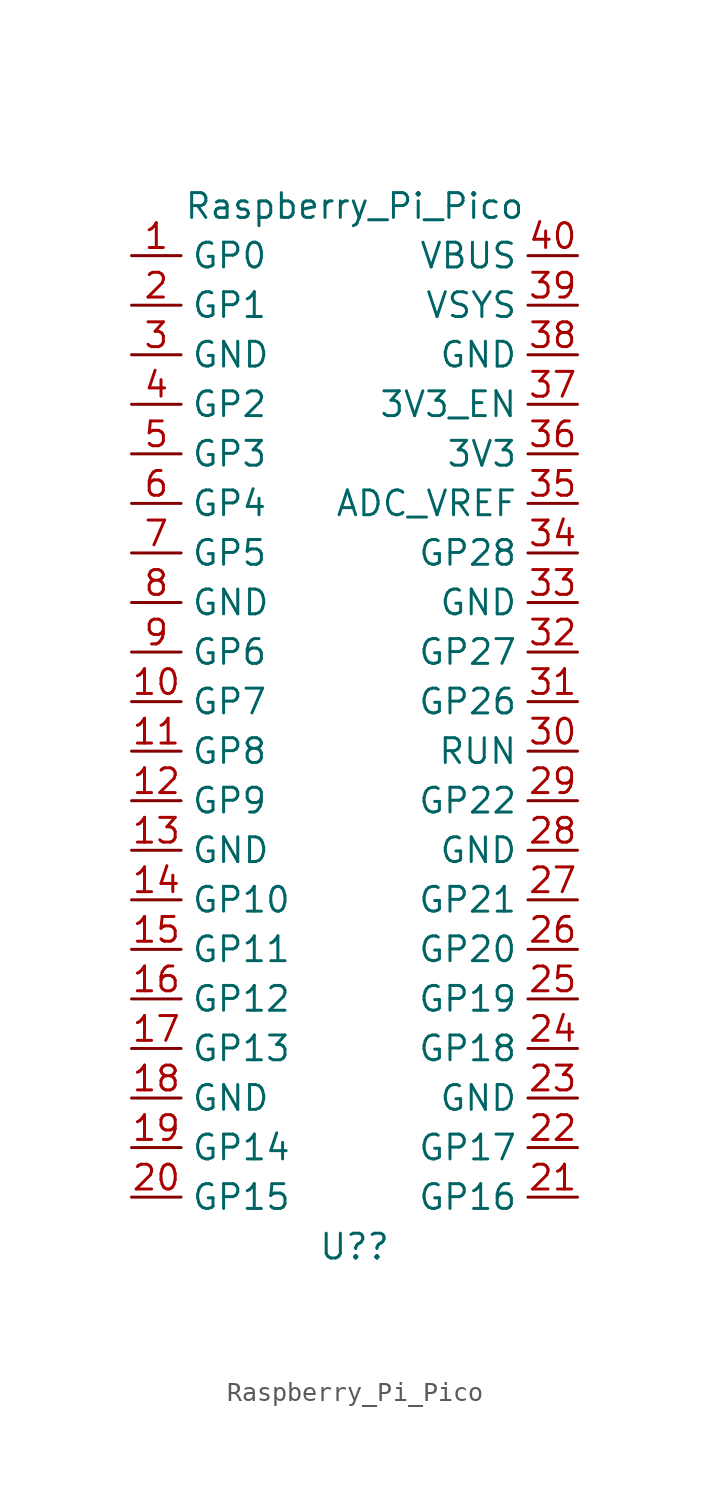
<source format=kicad_sym>
(kicad_symbol_lib
  (version 20211014)
  (generator kicad_symbol_editor)
  (symbol "Raspberry_Pi_Pico"
    (property "Reference" "U?"
      (at 0 -39.37 0)
      (effects (font (size 1.27 1.27))))
    (property "Value" "Raspberry_Pi_Pico"
      (at 0 13.97 0)
      (effects (font (size 1.27 1.27))))
    (symbol "Raspberry_Pi_Pico_0_0"
      (pin bidirectional line (at -11.43 11.43 0) (length 2.54) (name "GP0" (effects (font (size 1.27 1.27)))) (number "1" (effects (font (size 1.27 1.27)))))
      (pin bidirectional line (at -11.43 -11.43 0) (length 2.54) (name "GP7" (effects (font (size 1.27 1.27)))) (number "10" (effects (font (size 1.27 1.27)))))
      (pin bidirectional line (at -11.43 -13.97 0) (length 2.54) (name "GP8" (effects (font (size 1.27 1.27)))) (number "11" (effects (font (size 1.27 1.27)))))
      (pin bidirectional line (at -11.43 -16.51 0) (length 2.54) (name "GP9" (effects (font (size 1.27 1.27)))) (number "12" (effects (font (size 1.27 1.27)))))
      (pin power_in line (at -11.43 -19.05 0) (length 2.54) (name "GND" (effects (font (size 1.27 1.27)))) (number "13" (effects (font (size 1.27 1.27)))))
      (pin bidirectional line (at -11.43 -21.59 0) (length 2.54) (name "GP10" (effects (font (size 1.27 1.27)))) (number "14" (effects (font (size 1.27 1.27)))))
      (pin bidirectional line (at -11.43 -24.13 0) (length 2.54) (name "GP11" (effects (font (size 1.27 1.27)))) (number "15" (effects (font (size 1.27 1.27)))))
      (pin bidirectional line (at -11.43 -26.67 0) (length 2.54) (name "GP12" (effects (font (size 1.27 1.27)))) (number "16" (effects (font (size 1.27 1.27)))))
      (pin bidirectional line (at -11.43 -29.21 0) (length 2.54) (name "GP13" (effects (font (size 1.27 1.27)))) (number "17" (effects (font (size 1.27 1.27)))))
      (pin power_in line (at -11.43 -31.75 0) (length 2.54) (name "GND" (effects (font (size 1.27 1.27)))) (number "18" (effects (font (size 1.27 1.27)))))
      (pin bidirectional line (at -11.43 -34.29 0) (length 2.54) (name "GP14" (effects (font (size 1.27 1.27)))) (number "19" (effects (font (size 1.27 1.27)))))
      (pin bidirectional line (at -11.43 8.89 0) (length 2.54) (name "GP1" (effects (font (size 1.27 1.27)))) (number "2" (effects (font (size 1.27 1.27)))))
      (pin bidirectional line (at -11.43 -36.83 0) (length 2.54) (name "GP15" (effects (font (size 1.27 1.27)))) (number "20" (effects (font (size 1.27 1.27)))))
      (pin bidirectional line (at 11.43 -36.83 180) (length 2.54) (name "GP16" (effects (font (size 1.27 1.27)))) (number "21" (effects (font (size 1.27 1.27)))))
      (pin bidirectional line (at 11.43 -34.29 180) (length 2.54) (name "GP17" (effects (font (size 1.27 1.27)))) (number "22" (effects (font (size 1.27 1.27)))))
      (pin power_in line (at 11.43 -31.75 180) (length 2.54) (name "GND" (effects (font (size 1.27 1.27)))) (number "23" (effects (font (size 1.27 1.27)))))
      (pin bidirectional line (at 11.43 -29.21 180) (length 2.54) (name "GP18" (effects (font (size 1.27 1.27)))) (number "24" (effects (font (size 1.27 1.27)))))
      (pin bidirectional line (at 11.43 -26.67 180) (length 2.54) (name "GP19" (effects (font (size 1.27 1.27)))) (number "25" (effects (font (size 1.27 1.27)))))
      (pin bidirectional line (at 11.43 -24.13 180) (length 2.54) (name "GP20" (effects (font (size 1.27 1.27)))) (number "26" (effects (font (size 1.27 1.27)))))
      (pin bidirectional line (at 11.43 -21.59 180) (length 2.54) (name "GP21" (effects (font (size 1.27 1.27)))) (number "27" (effects (font (size 1.27 1.27)))))
      (pin power_in line (at 11.43 -19.05 180) (length 2.54) (name "GND" (effects (font (size 1.27 1.27)))) (number "28" (effects (font (size 1.27 1.27)))))
      (pin bidirectional line (at 11.43 -16.51 180) (length 2.54) (name "GP22" (effects (font (size 1.27 1.27)))) (number "29" (effects (font (size 1.27 1.27)))))
      (pin power_in line (at -11.43 6.35 0) (length 2.54) (name "GND" (effects (font (size 1.27 1.27)))) (number "3" (effects (font (size 1.27 1.27)))))
      (pin input line (at 11.43 -13.97 180) (length 2.54) (name "RUN" (effects (font (size 1.27 1.27)))) (number "30" (effects (font (size 1.27 1.27)))))
      (pin bidirectional line (at 11.43 -11.43 180) (length 2.54) (name "GP26" (effects (font (size 1.27 1.27)))) (number "31" (effects (font (size 1.27 1.27)))))
      (pin bidirectional line (at 11.43 -8.89 180) (length 2.54) (name "GP27" (effects (font (size 1.27 1.27)))) (number "32" (effects (font (size 1.27 1.27)))))
      (pin power_in line (at 11.43 -6.35 180) (length 2.54) (name "GND" (effects (font (size 1.27 1.27)))) (number "33" (effects (font (size 1.27 1.27)))))
      (pin bidirectional line (at 11.43 -3.81 180) (length 2.54) (name "GP28" (effects (font (size 1.27 1.27)))) (number "34" (effects (font (size 1.27 1.27)))))
      (pin output line (at 11.43 -1.27 180) (length 2.54) (name "ADC_VREF" (effects (font (size 1.27 1.27)))) (number "35" (effects (font (size 1.27 1.27)))))
      (pin power_out line (at 11.43 1.27 180) (length 2.54) (name "3V3" (effects (font (size 1.27 1.27)))) (number "36" (effects (font (size 1.27 1.27)))))
      (pin input line (at 11.43 3.81 180) (length 2.54) (name "3V3_EN" (effects (font (size 1.27 1.27)))) (number "37" (effects (font (size 1.27 1.27)))))
      (pin power_in line (at 11.43 6.35 180) (length 2.54) (name "GND" (effects (font (size 1.27 1.27)))) (number "38" (effects (font (size 1.27 1.27)))))
      (pin power_out line (at 11.43 8.89 180) (length 2.54) (name "VSYS" (effects (font (size 1.27 1.27)))) (number "39" (effects (font (size 1.27 1.27)))))
      (pin bidirectional line (at -11.43 3.81 0) (length 2.54) (name "GP2" (effects (font (size 1.27 1.27)))) (number "4" (effects (font (size 1.27 1.27)))))
      (pin power_in line (at 11.43 11.43 180) (length 2.54) (name "VBUS" (effects (font (size 1.27 1.27)))) (number "40" (effects (font (size 1.27 1.27)))))
      (pin bidirectional line (at -11.43 1.27 0) (length 2.54) (name "GP3" (effects (font (size 1.27 1.27)))) (number "5" (effects (font (size 1.27 1.27)))))
      (pin bidirectional line (at -11.43 -1.27 0) (length 2.54) (name "GP4" (effects (font (size 1.27 1.27)))) (number "6" (effects (font (size 1.27 1.27)))))
      (pin bidirectional line (at -11.43 -3.81 0) (length 2.54) (name "GP5" (effects (font (size 1.27 1.27)))) (number "7" (effects (font (size 1.27 1.27)))))
      (pin power_in line (at -11.43 -6.35 0) (length 2.54) (name "GND" (effects (font (size 1.27 1.27)))) (number "8" (effects (font (size 1.27 1.27)))))
      (pin bidirectional line (at -11.43 -8.89 0) (length 2.54) (name "GP6" (effects (font (size 1.27 1.27)))) (number "9" (effects (font (size 1.27 1.27))))))))
</source>
